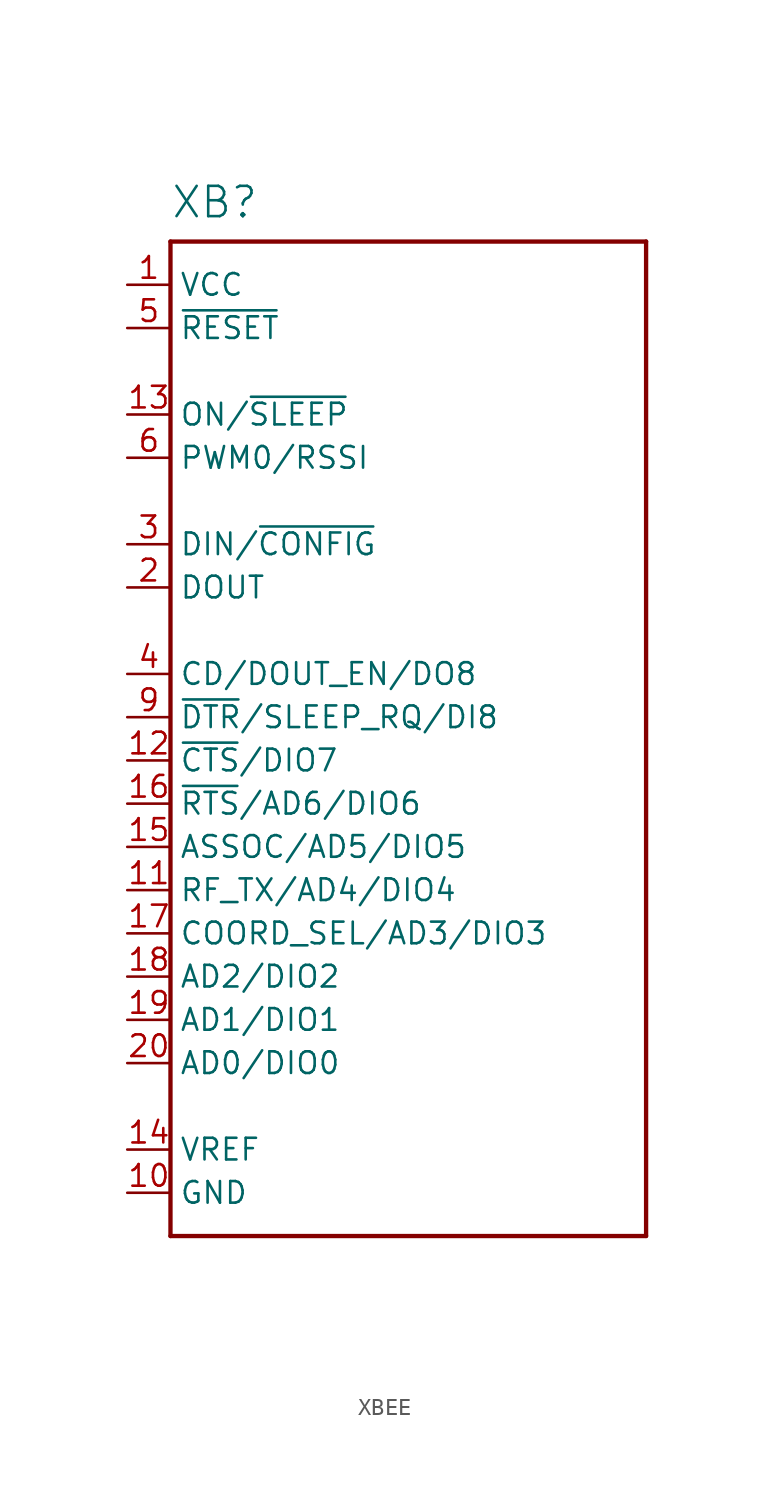
<source format=kicad_sym>
(kicad_symbol_lib
  (version 20220914)
  (generator kicad_symbol_editor)
  (symbol "XBEE"
    (property "Reference" "XB"
      (at -12.7 29.21 0)
      (effects (font (size 1.778 1.778)) (justify left bottom)))
    (property "Value" ""
      (at -12.7 -33.02 0)
      (effects (font (size 1.778 1.778)) (justify left bottom)))
    (property "ki_locked" ""
      (at 0 0 0)
      (effects (font (size 1.27 1.27))))
    (symbol "XBEE_1_0"
      (polyline (pts (xy -12.7 -30.48) (xy 15.24 -30.48)) (stroke (width 0.254) (type solid)) (fill (type none)))
      (polyline (pts (xy -12.7 27.94) (xy -12.7 -30.48)) (stroke (width 0.254) (type solid)) (fill (type none)))
      (polyline (pts (xy 15.24 -30.48) (xy 15.24 27.94)) (stroke (width 0.254) (type solid)) (fill (type none)))
      (polyline (pts (xy 15.24 27.94) (xy -12.7 27.94)) (stroke (width 0.254) (type solid)) (fill (type none)))
      (pin power_in line (at -15.24 25.4 0) (length 2.54) (name "VCC" (effects (font (size 1.27 1.27)))) (number "1" (effects (font (size 1.27 1.27)))))
      (pin power_in line (at -15.24 -27.94 0) (length 2.54) (name "GND" (effects (font (size 1.27 1.27)))) (number "10" (effects (font (size 1.27 1.27)))))
      (pin bidirectional line (at -15.24 -10.16 0) (length 2.54) (name "RF_TX/AD4/DIO4" (effects (font (size 1.27 1.27)))) (number "11" (effects (font (size 1.27 1.27)))))
      (pin bidirectional line (at -15.24 -2.54 0) (length 2.54) (name "~{CTS}/DIO7" (effects (font (size 1.27 1.27)))) (number "12" (effects (font (size 1.27 1.27)))))
      (pin output line (at -15.24 17.78 0) (length 2.54) (name "ON/~{SLEEP}" (effects (font (size 1.27 1.27)))) (number "13" (effects (font (size 1.27 1.27)))))
      (pin input line (at -15.24 -25.4 0) (length 2.54) (name "VREF" (effects (font (size 1.27 1.27)))) (number "14" (effects (font (size 1.27 1.27)))))
      (pin bidirectional line (at -15.24 -7.62 0) (length 2.54) (name "ASSOC/AD5/DIO5" (effects (font (size 1.27 1.27)))) (number "15" (effects (font (size 1.27 1.27)))))
      (pin bidirectional line (at -15.24 -5.08 0) (length 2.54) (name "~{RTS}/AD6/DIO6" (effects (font (size 1.27 1.27)))) (number "16" (effects (font (size 1.27 1.27)))))
      (pin bidirectional line (at -15.24 -12.7 0) (length 2.54) (name "COORD_SEL/AD3/DIO3" (effects (font (size 1.27 1.27)))) (number "17" (effects (font (size 1.27 1.27)))))
      (pin bidirectional line (at -15.24 -15.24 0) (length 2.54) (name "AD2/DIO2" (effects (font (size 1.27 1.27)))) (number "18" (effects (font (size 1.27 1.27)))))
      (pin bidirectional line (at -15.24 -17.78 0) (length 2.54) (name "AD1/DIO1" (effects (font (size 1.27 1.27)))) (number "19" (effects (font (size 1.27 1.27)))))
      (pin output line (at -15.24 7.62 0) (length 2.54) (name "DOUT" (effects (font (size 1.27 1.27)))) (number "2" (effects (font (size 1.27 1.27)))))
      (pin bidirectional line (at -15.24 -20.32 0) (length 2.54) (name "AD0/DIO0" (effects (font (size 1.27 1.27)))) (number "20" (effects (font (size 1.27 1.27)))))
      (pin input line (at -15.24 10.16 0) (length 2.54) (name "DIN/~{CONFIG}" (effects (font (size 1.27 1.27)))) (number "3" (effects (font (size 1.27 1.27)))))
      (pin output line (at -15.24 2.54 0) (length 2.54) (name "CD/DOUT_EN/DO8" (effects (font (size 1.27 1.27)))) (number "4" (effects (font (size 1.27 1.27)))))
      (pin input line (at -15.24 22.86 0) (length 2.54) (name "~{RESET}" (effects (font (size 1.27 1.27)))) (number "5" (effects (font (size 1.27 1.27)))))
      (pin output line (at -15.24 15.24 0) (length 2.54) (name "PWM0/RSSI" (effects (font (size 1.27 1.27)))) (number "6" (effects (font (size 1.27 1.27)))))
      (pin bidirectional line (at -15.24 0 0) (length 2.54) (name "~{DTR}/SLEEP_RQ/DI8" (effects (font (size 1.27 1.27)))) (number "9" (effects (font (size 1.27 1.27))))))))
</source>
